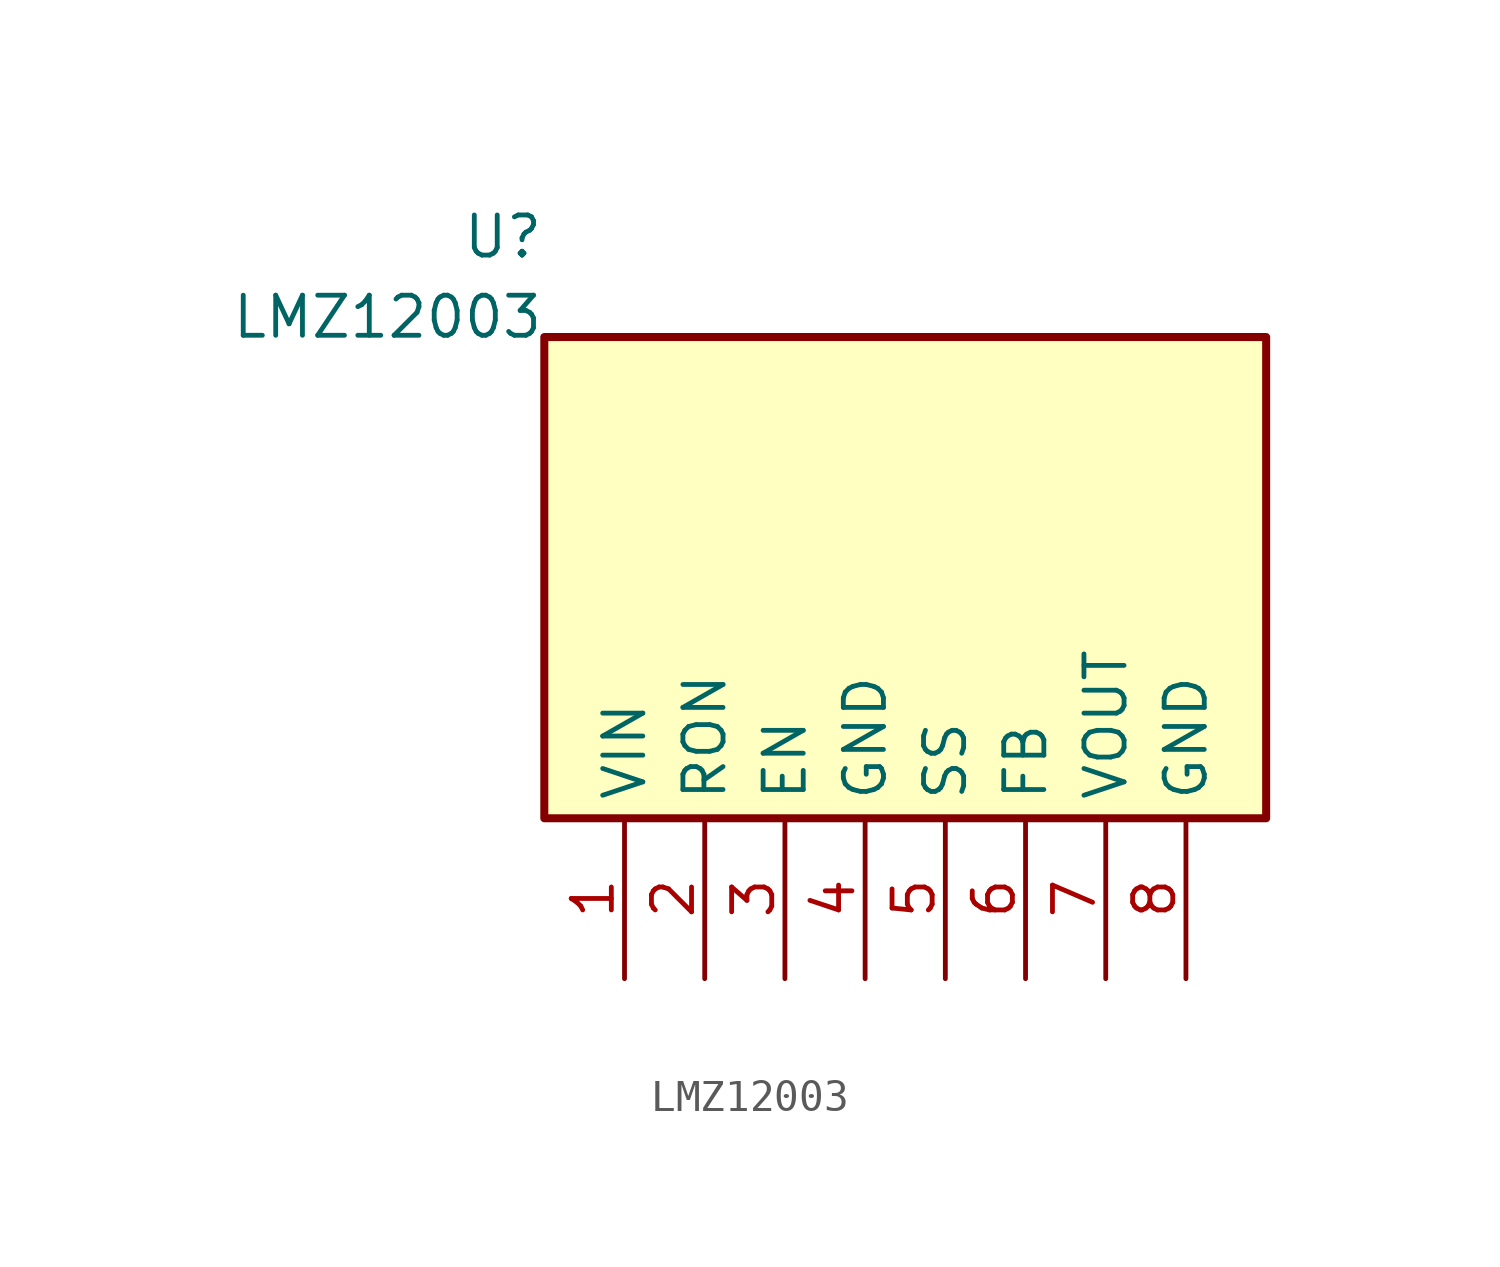
<source format=kicad_sym>
(kicad_symbol_lib
  (version 20241209)
  (generator "kicad_symbol_editor")
  (generator_version "8.0")
  (symbol "LMZ12003"
    (property "Reference" "U"
      (at -11.43 10.795 0)
      (effects (font (size 1.27 1.27)) (justify right) (hide no)))
    (property "Value" "LMZ12003"
      (at -11.43 8.255 0)
      (effects (font (size 1.27 1.27)) (justify right) (hide no)))
    (symbol "LMZ12003_1_1"
      (rectangle (start -11.43 -7.62) (end 11.43 7.62) (stroke (width 0.254) (type solid)) (fill (type background)))
      (pin passive line (at -8.89 -12.7 90) (length 5.08) (name "VIN" (effects (font (size 1.27 1.27)))) (number "1" (effects (font (size 1.27 1.27)))))
      (pin passive line (at -6.35 -12.7 90) (length 5.08) (name "RON" (effects (font (size 1.27 1.27)))) (number "2" (effects (font (size 1.27 1.27)))))
      (pin passive line (at -3.81 -12.7 90) (length 5.08) (name "EN" (effects (font (size 1.27 1.27)))) (number "3" (effects (font (size 1.27 1.27)))))
      (pin passive line (at -1.27 -12.7 90) (length 5.08) (name "GND" (effects (font (size 1.27 1.27)))) (number "4" (effects (font (size 1.27 1.27)))))
      (pin passive line (at 1.27 -12.7 90) (length 5.08) (name "SS" (effects (font (size 1.27 1.27)))) (number "5" (effects (font (size 1.27 1.27)))))
      (pin passive line (at 3.81 -12.7 90) (length 5.08) (name "FB" (effects (font (size 1.27 1.27)))) (number "6" (effects (font (size 1.27 1.27)))))
      (pin passive line (at 6.35 -12.7 90) (length 5.08) (name "VOUT" (effects (font (size 1.27 1.27)))) (number "7" (effects (font (size 1.27 1.27)))))
      (pin passive line (at 8.89 -12.7 90) (length 5.08) (name "GND" (effects (font (size 1.27 1.27)))) (number "8" (effects (font (size 1.27 1.27))))))))
</source>
